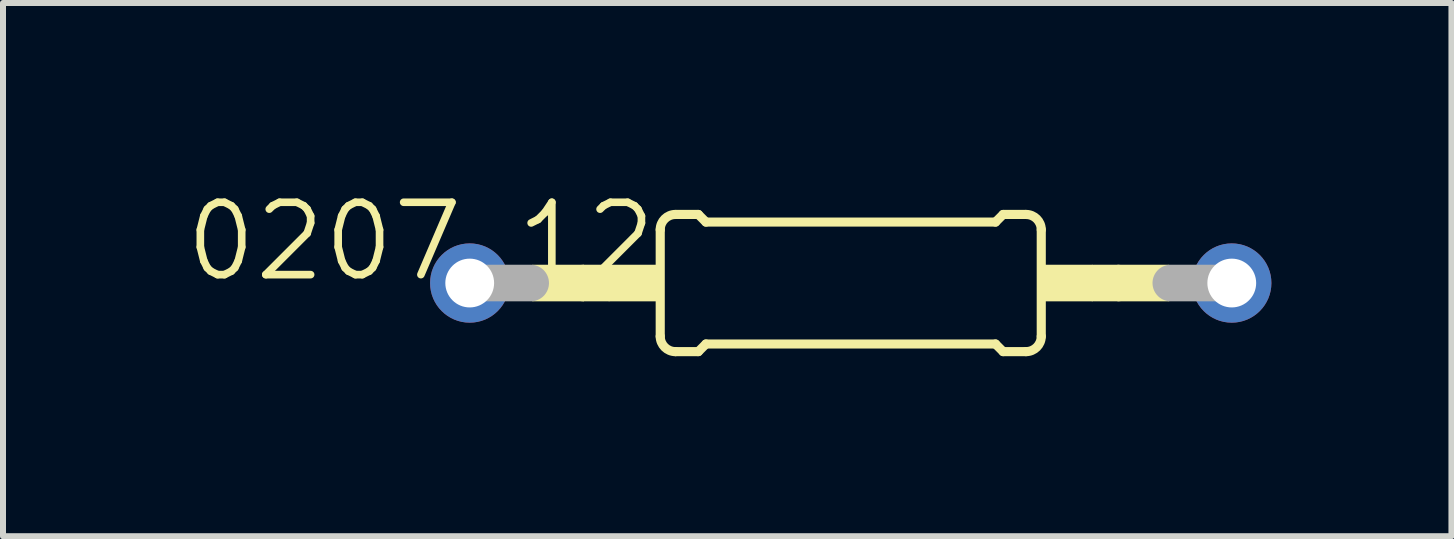
<source format=kicad_pcb>
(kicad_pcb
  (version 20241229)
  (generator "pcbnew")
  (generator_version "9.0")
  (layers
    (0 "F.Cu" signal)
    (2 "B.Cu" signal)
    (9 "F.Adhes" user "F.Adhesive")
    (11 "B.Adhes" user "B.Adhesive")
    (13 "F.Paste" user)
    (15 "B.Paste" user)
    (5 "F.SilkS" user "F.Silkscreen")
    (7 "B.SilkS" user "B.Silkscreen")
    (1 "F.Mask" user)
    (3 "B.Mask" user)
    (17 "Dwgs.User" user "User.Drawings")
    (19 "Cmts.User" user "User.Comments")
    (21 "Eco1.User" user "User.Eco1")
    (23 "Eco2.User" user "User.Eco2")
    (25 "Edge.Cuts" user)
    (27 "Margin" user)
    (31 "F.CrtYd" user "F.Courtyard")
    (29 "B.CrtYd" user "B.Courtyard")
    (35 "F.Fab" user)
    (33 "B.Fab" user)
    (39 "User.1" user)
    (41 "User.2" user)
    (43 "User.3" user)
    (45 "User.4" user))
  (footprint "0207_12"
    (layer "F.Cu")
    (at 11.128 1.667)
    (property "Reference" "0207_12" (at -3.175 -1.397 0) (layer "F.SilkS") (effects (font (size 1.206 1.206) (thickness 0.127)) (justify right top)))
    (attr through_hole)
    (fp_line (start -4.445 0) (end -4.064 0) (stroke (width 0.61) (type solid)) (layer "F.SilkS"))
    (fp_line (start -3.175 0.889) (end -3.175 -0.889) (stroke (width 0.152) (type solid)) (layer "F.SilkS"))
    (fp_line (start -2.921 -1.143) (end -2.54 -1.143) (stroke (width 0.152) (type solid)) (layer "F.SilkS"))
    (fp_line (start -2.921 1.143) (end -2.54 1.143) (stroke (width 0.152) (type solid)) (layer "F.SilkS"))
    (fp_line (start -2.413 -1.016) (end -2.54 -1.143) (stroke (width 0.152) (type solid)) (layer "F.SilkS"))
    (fp_line (start -2.413 1.016) (end -2.54 1.143) (stroke (width 0.152) (type solid)) (layer "F.SilkS"))
    (fp_line (start 2.413 -1.016) (end -2.413 -1.016) (stroke (width 0.152) (type solid)) (layer "F.SilkS"))
    (fp_line (start 2.413 -1.016) (end 2.54 -1.143) (stroke (width 0.152) (type solid)) (layer "F.SilkS"))
    (fp_line (start 2.413 1.016) (end -2.413 1.016) (stroke (width 0.152) (type solid)) (layer "F.SilkS"))
    (fp_line (start 2.413 1.016) (end 2.54 1.143) (stroke (width 0.152) (type solid)) (layer "F.SilkS"))
    (fp_line (start 2.921 -1.143) (end 2.54 -1.143) (stroke (width 0.152) (type solid)) (layer "F.SilkS"))
    (fp_line (start 2.921 1.143) (end 2.54 1.143) (stroke (width 0.152) (type solid)) (layer "F.SilkS"))
    (fp_line (start 3.175 0.889) (end 3.175 -0.889) (stroke (width 0.152) (type solid)) (layer "F.SilkS"))
    (fp_line (start 4.445 0) (end 4.064 0) (stroke (width 0.61) (type solid)) (layer "F.SilkS"))
    (fp_arc (start -3.175 -0.889) (mid -3.100605 -1.068605) (end -2.921 -1.143) (stroke (width 0.1524) (type solid)) (layer "F.SilkS"))
    (fp_arc (start -2.921 1.143) (mid -3.100605 1.068605) (end -3.175 0.889) (stroke (width 0.1524) (type solid)) (layer "F.SilkS"))
    (fp_arc (start 2.921 -1.143) (mid 3.100605 -1.068605) (end 3.175 -0.889) (stroke (width 0.1524) (type solid)) (layer "F.SilkS"))
    (fp_arc (start 3.175 0.889) (mid 3.100605 1.068605) (end 2.921 1.143) (stroke (width 0.1524) (type solid)) (layer "F.SilkS"))
    (fp_poly (pts (xy -5.309 0.305) (xy -4.445 0.305) (xy -4.445 -0.305) (xy -5.309 -0.305)) (stroke (width 0) (type solid)) (fill yes) (layer "F.SilkS"))
    (fp_poly (pts (xy -4.039 0.305) (xy -3.175 0.305) (xy -3.175 -0.305) (xy -4.039 -0.305)) (stroke (width 0) (type solid)) (fill yes) (layer "F.SilkS"))
    (fp_poly (pts (xy 3.175 0.305) (xy 4.039 0.305) (xy 4.039 -0.305) (xy 3.175 -0.305)) (stroke (width 0) (type solid)) (fill yes) (layer "F.SilkS"))
    (fp_poly (pts (xy 4.445 0.305) (xy 5.309 0.305) (xy 5.309 -0.305) (xy 4.445 -0.305)) (stroke (width 0) (type solid)) (fill yes) (layer "F.SilkS"))
    (fp_line (start -6.35 0) (end -5.334 0) (stroke (width 0.61) (type solid)) (layer "F.Fab"))
    (fp_line (start 6.35 0) (end 5.334 0) (stroke (width 0.61) (type solid)) (layer "F.Fab"))
    (pad "1" thru_hole circle (at -6.35 0) (size 1.321 1.321) (drill 0.813) (layers "*.Cu" "*.Mask"))
    (pad "2" thru_hole circle (at 6.35 0) (size 1.321 1.321) (drill 0.813) (layers "*.Cu" "*.Mask")))
  (gr_rect
    (start -3 -3)
    (end 21.139 5.886)
    (stroke (width 0.1) (type default))
    (fill no)
    (layer "Edge.Cuts")))
</source>
